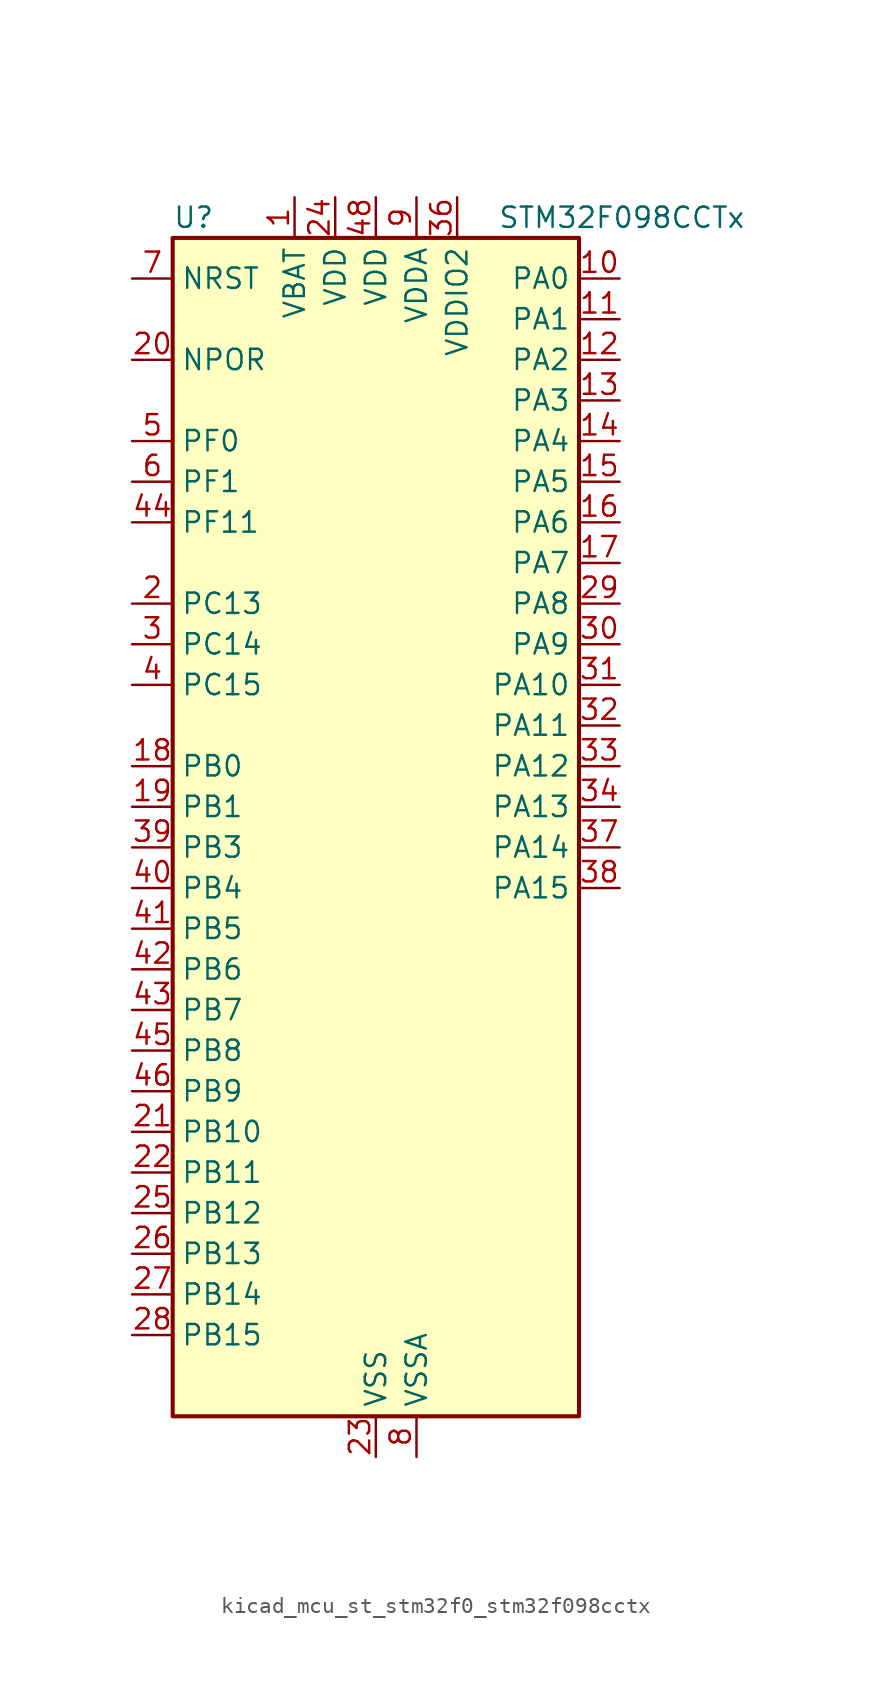
<source format=kicad_sym>
(kicad_symbol_lib
  (version 20220914)
  (generator kicad_symbol_editor)
  (symbol "kicad_mcu_st_stm32f0_stm32f098cctx"
    (property "Reference" "U"
      (at -12.7 39.37 0)
      (effects (font (size 1.27 1.27)) (justify left)))
    (property "Value" "STM32F098CCTx"
      (at 7.62 39.37 0)
      (effects (font (size 1.27 1.27)) (justify left)))
    (property "ki_locked" ""
      (at 0 0 0)
      (effects (font (size 1.27 1.27))))
    (symbol "kicad_mcu_st_stm32f0_stm32f098cctx_0_1"
      (rectangle (start -12.7 -35.56) (end 12.7 38.1) (stroke (width 0.254) (type default)) (fill (type background))))
    (symbol "kicad_mcu_st_stm32f0_stm32f098cctx_1_1"
      (pin power_in line (at -5.08 40.64 270) (length 2.54) (name "VBAT" (effects (font (size 1.27 1.27)))) (number "1" (effects (font (size 1.27 1.27)))))
      (pin bidirectional line (at 15.24 35.56 180) (length 2.54) (name "PA0" (effects (font (size 1.27 1.27)))) (number "10" (effects (font (size 1.27 1.27)))) (alternate "ADC_IN0" bidirectional line) (alternate "COMP1_INM" bidirectional line) (alternate "COMP1_OUT" bidirectional line) (alternate "RTC_TAMP2" bidirectional line) (alternate "SYS_WKUP1" bidirectional line) (alternate "TIM2_CH1" bidirectional line) (alternate "TIM2_ETR" bidirectional line) (alternate "TSC_G1_IO1" bidirectional line) (alternate "USART2_CTS" bidirectional line) (alternate "USART4_TX" bidirectional line))
      (pin bidirectional line (at 15.24 33.02 180) (length 2.54) (name "PA1" (effects (font (size 1.27 1.27)))) (number "11" (effects (font (size 1.27 1.27)))) (alternate "ADC_IN1" bidirectional line) (alternate "COMP1_INP" bidirectional line) (alternate "TIM15_CH1N" bidirectional line) (alternate "TIM2_CH2" bidirectional line) (alternate "TSC_G1_IO2" bidirectional line) (alternate "USART2_DE" bidirectional line) (alternate "USART2_RTS" bidirectional line) (alternate "USART4_RX" bidirectional line))
      (pin bidirectional line (at 15.24 30.48 180) (length 2.54) (name "PA2" (effects (font (size 1.27 1.27)))) (number "12" (effects (font (size 1.27 1.27)))) (alternate "ADC_IN2" bidirectional line) (alternate "COMP2_INM" bidirectional line) (alternate "COMP2_OUT" bidirectional line) (alternate "SYS_WKUP4" bidirectional line) (alternate "TIM15_CH1" bidirectional line) (alternate "TIM2_CH3" bidirectional line) (alternate "TSC_G1_IO3" bidirectional line) (alternate "USART2_TX" bidirectional line))
      (pin bidirectional line (at 15.24 27.94 180) (length 2.54) (name "PA3" (effects (font (size 1.27 1.27)))) (number "13" (effects (font (size 1.27 1.27)))) (alternate "ADC_IN3" bidirectional line) (alternate "COMP2_INP" bidirectional line) (alternate "TIM15_CH2" bidirectional line) (alternate "TIM2_CH4" bidirectional line) (alternate "TSC_G1_IO4" bidirectional line) (alternate "USART2_RX" bidirectional line))
      (pin bidirectional line (at 15.24 25.4 180) (length 2.54) (name "PA4" (effects (font (size 1.27 1.27)))) (number "14" (effects (font (size 1.27 1.27)))) (alternate "ADC_IN4" bidirectional line) (alternate "COMP1_INM" bidirectional line) (alternate "COMP2_INM" bidirectional line) (alternate "DAC_OUT1" bidirectional line) (alternate "I2S1_WS" bidirectional line) (alternate "SPI1_NSS" bidirectional line) (alternate "TIM14_CH1" bidirectional line) (alternate "TSC_G2_IO1" bidirectional line) (alternate "USART2_CK" bidirectional line) (alternate "USART6_TX" bidirectional line))
      (pin bidirectional line (at 15.24 22.86 180) (length 2.54) (name "PA5" (effects (font (size 1.27 1.27)))) (number "15" (effects (font (size 1.27 1.27)))) (alternate "ADC_IN5" bidirectional line) (alternate "CEC" bidirectional line) (alternate "COMP1_INM" bidirectional line) (alternate "COMP2_INM" bidirectional line) (alternate "DAC_OUT2" bidirectional line) (alternate "I2S1_CK" bidirectional line) (alternate "SPI1_SCK" bidirectional line) (alternate "TIM2_CH1" bidirectional line) (alternate "TIM2_ETR" bidirectional line) (alternate "TSC_G2_IO2" bidirectional line) (alternate "USART6_RX" bidirectional line))
      (pin bidirectional line (at 15.24 20.32 180) (length 2.54) (name "PA6" (effects (font (size 1.27 1.27)))) (number "16" (effects (font (size 1.27 1.27)))) (alternate "ADC_IN6" bidirectional line) (alternate "COMP1_OUT" bidirectional line) (alternate "I2S1_MCK" bidirectional line) (alternate "SPI1_MISO" bidirectional line) (alternate "TIM16_CH1" bidirectional line) (alternate "TIM1_BKIN" bidirectional line) (alternate "TIM3_CH1" bidirectional line) (alternate "TSC_G2_IO3" bidirectional line) (alternate "USART3_CTS" bidirectional line))
      (pin bidirectional line (at 15.24 17.78 180) (length 2.54) (name "PA7" (effects (font (size 1.27 1.27)))) (number "17" (effects (font (size 1.27 1.27)))) (alternate "ADC_IN7" bidirectional line) (alternate "COMP2_OUT" bidirectional line) (alternate "I2S1_SD" bidirectional line) (alternate "SPI1_MOSI" bidirectional line) (alternate "TIM14_CH1" bidirectional line) (alternate "TIM17_CH1" bidirectional line) (alternate "TIM1_CH1N" bidirectional line) (alternate "TIM3_CH2" bidirectional line) (alternate "TSC_G2_IO4" bidirectional line))
      (pin bidirectional line (at -15.24 5.08 0) (length 2.54) (name "PB0" (effects (font (size 1.27 1.27)))) (number "18" (effects (font (size 1.27 1.27)))) (alternate "ADC_IN8" bidirectional line) (alternate "TIM1_CH2N" bidirectional line) (alternate "TIM3_CH3" bidirectional line) (alternate "TSC_G3_IO2" bidirectional line) (alternate "USART3_CK" bidirectional line))
      (pin bidirectional line (at -15.24 2.54 0) (length 2.54) (name "PB1" (effects (font (size 1.27 1.27)))) (number "19" (effects (font (size 1.27 1.27)))) (alternate "ADC_IN9" bidirectional line) (alternate "TIM14_CH1" bidirectional line) (alternate "TIM1_CH3N" bidirectional line) (alternate "TIM3_CH4" bidirectional line) (alternate "TSC_G3_IO3" bidirectional line) (alternate "USART3_DE" bidirectional line) (alternate "USART3_RTS" bidirectional line))
      (pin bidirectional line (at -15.24 15.24 0) (length 2.54) (name "PC13" (effects (font (size 1.27 1.27)))) (number "2" (effects (font (size 1.27 1.27)))) (alternate "RTC_OUT_ALARM" bidirectional line) (alternate "RTC_OUT_CALIB" bidirectional line) (alternate "RTC_TAMP1" bidirectional line) (alternate "RTC_TS" bidirectional line) (alternate "SYS_WKUP2" bidirectional line))
      (pin input line (at -15.24 30.48 0) (length 2.54) (name "NPOR" (effects (font (size 1.27 1.27)))) (number "20" (effects (font (size 1.27 1.27)))))
      (pin bidirectional line (at -15.24 -17.78 0) (length 2.54) (name "PB10" (effects (font (size 1.27 1.27)))) (number "21" (effects (font (size 1.27 1.27)))) (alternate "CEC" bidirectional line) (alternate "I2C2_SCL" bidirectional line) (alternate "I2S2_CK" bidirectional line) (alternate "SPI2_SCK" bidirectional line) (alternate "TIM2_CH3" bidirectional line) (alternate "TSC_SYNC" bidirectional line) (alternate "USART3_TX" bidirectional line))
      (pin bidirectional line (at -15.24 -20.32 0) (length 2.54) (name "PB11" (effects (font (size 1.27 1.27)))) (number "22" (effects (font (size 1.27 1.27)))) (alternate "I2C2_SDA" bidirectional line) (alternate "TIM2_CH4" bidirectional line) (alternate "TSC_G6_IO1" bidirectional line) (alternate "USART3_RX" bidirectional line))
      (pin power_in line (at 0 -38.1 90) (length 2.54) (name "VSS" (effects (font (size 1.27 1.27)))) (number "23" (effects (font (size 1.27 1.27)))))
      (pin power_in line (at -2.54 40.64 270) (length 2.54) (name "VDD" (effects (font (size 1.27 1.27)))) (number "24" (effects (font (size 1.27 1.27)))))
      (pin bidirectional line (at -15.24 -22.86 0) (length 2.54) (name "PB12" (effects (font (size 1.27 1.27)))) (number "25" (effects (font (size 1.27 1.27)))) (alternate "I2S2_WS" bidirectional line) (alternate "SPI2_NSS" bidirectional line) (alternate "TIM15_BKIN" bidirectional line) (alternate "TIM1_BKIN" bidirectional line) (alternate "TSC_G6_IO2" bidirectional line) (alternate "USART3_CK" bidirectional line))
      (pin bidirectional line (at -15.24 -25.4 0) (length 2.54) (name "PB13" (effects (font (size 1.27 1.27)))) (number "26" (effects (font (size 1.27 1.27)))) (alternate "I2C2_SCL" bidirectional line) (alternate "I2S2_CK" bidirectional line) (alternate "SPI2_SCK" bidirectional line) (alternate "TIM1_CH1N" bidirectional line) (alternate "TSC_G6_IO3" bidirectional line) (alternate "USART3_CTS" bidirectional line))
      (pin bidirectional line (at -15.24 -27.94 0) (length 2.54) (name "PB14" (effects (font (size 1.27 1.27)))) (number "27" (effects (font (size 1.27 1.27)))) (alternate "I2C2_SDA" bidirectional line) (alternate "I2S2_MCK" bidirectional line) (alternate "SPI2_MISO" bidirectional line) (alternate "TIM15_CH1" bidirectional line) (alternate "TIM1_CH2N" bidirectional line) (alternate "TSC_G6_IO4" bidirectional line) (alternate "USART3_DE" bidirectional line) (alternate "USART3_RTS" bidirectional line))
      (pin bidirectional line (at -15.24 -30.48 0) (length 2.54) (name "PB15" (effects (font (size 1.27 1.27)))) (number "28" (effects (font (size 1.27 1.27)))) (alternate "I2S2_SD" bidirectional line) (alternate "RTC_REFIN" bidirectional line) (alternate "SPI2_MOSI" bidirectional line) (alternate "SYS_WKUP7" bidirectional line) (alternate "TIM15_CH1N" bidirectional line) (alternate "TIM15_CH2" bidirectional line) (alternate "TIM1_CH3N" bidirectional line))
      (pin bidirectional line (at 15.24 15.24 180) (length 2.54) (name "PA8" (effects (font (size 1.27 1.27)))) (number "29" (effects (font (size 1.27 1.27)))) (alternate "CRS_SYNC" bidirectional line) (alternate "RCC_MCO" bidirectional line) (alternate "TIM1_CH1" bidirectional line) (alternate "USART1_CK" bidirectional line))
      (pin bidirectional line (at -15.24 12.7 0) (length 2.54) (name "PC14" (effects (font (size 1.27 1.27)))) (number "3" (effects (font (size 1.27 1.27)))) (alternate "RCC_OSC32_IN" bidirectional line))
      (pin bidirectional line (at 15.24 12.7 180) (length 2.54) (name "PA9" (effects (font (size 1.27 1.27)))) (number "30" (effects (font (size 1.27 1.27)))) (alternate "DAC_EXTI9" bidirectional line) (alternate "I2C1_SCL" bidirectional line) (alternate "RCC_MCO" bidirectional line) (alternate "TIM15_BKIN" bidirectional line) (alternate "TIM1_CH2" bidirectional line) (alternate "TSC_G4_IO1" bidirectional line) (alternate "USART1_TX" bidirectional line))
      (pin bidirectional line (at 15.24 10.16 180) (length 2.54) (name "PA10" (effects (font (size 1.27 1.27)))) (number "31" (effects (font (size 1.27 1.27)))) (alternate "I2C1_SDA" bidirectional line) (alternate "TIM17_BKIN" bidirectional line) (alternate "TIM1_CH3" bidirectional line) (alternate "TSC_G4_IO2" bidirectional line) (alternate "USART1_RX" bidirectional line))
      (pin bidirectional line (at 15.24 7.62 180) (length 2.54) (name "PA11" (effects (font (size 1.27 1.27)))) (number "32" (effects (font (size 1.27 1.27)))) (alternate "CAN_RX" bidirectional line) (alternate "COMP1_OUT" bidirectional line) (alternate "I2C2_SCL" bidirectional line) (alternate "TIM1_CH4" bidirectional line) (alternate "TSC_G4_IO3" bidirectional line) (alternate "USART1_CTS" bidirectional line))
      (pin bidirectional line (at 15.24 5.08 180) (length 2.54) (name "PA12" (effects (font (size 1.27 1.27)))) (number "33" (effects (font (size 1.27 1.27)))) (alternate "CAN_TX" bidirectional line) (alternate "COMP2_OUT" bidirectional line) (alternate "I2C2_SDA" bidirectional line) (alternate "TIM1_ETR" bidirectional line) (alternate "TSC_G4_IO4" bidirectional line) (alternate "USART1_DE" bidirectional line) (alternate "USART1_RTS" bidirectional line))
      (pin bidirectional line (at 15.24 2.54 180) (length 2.54) (name "PA13" (effects (font (size 1.27 1.27)))) (number "34" (effects (font (size 1.27 1.27)))) (alternate "IR_OUT" bidirectional line) (alternate "SYS_SWDIO" bidirectional line))
      (pin passive line (at 0 -38.1 90) (length 2.54) hide (name "VSS" (effects (font (size 1.27 1.27)))) (number "35" (effects (font (size 1.27 1.27)))))
      (pin power_in line (at 5.08 40.64 270) (length 2.54) (name "VDDIO2" (effects (font (size 1.27 1.27)))) (number "36" (effects (font (size 1.27 1.27)))))
      (pin bidirectional line (at 15.24 0 180) (length 2.54) (name "PA14" (effects (font (size 1.27 1.27)))) (number "37" (effects (font (size 1.27 1.27)))) (alternate "SYS_SWCLK" bidirectional line) (alternate "USART2_TX" bidirectional line))
      (pin bidirectional line (at 15.24 -2.54 180) (length 2.54) (name "PA15" (effects (font (size 1.27 1.27)))) (number "38" (effects (font (size 1.27 1.27)))) (alternate "I2S1_WS" bidirectional line) (alternate "SPI1_NSS" bidirectional line) (alternate "TIM2_CH1" bidirectional line) (alternate "TIM2_ETR" bidirectional line) (alternate "USART2_RX" bidirectional line) (alternate "USART4_DE" bidirectional line) (alternate "USART4_RTS" bidirectional line))
      (pin bidirectional line (at -15.24 0 0) (length 2.54) (name "PB3" (effects (font (size 1.27 1.27)))) (number "39" (effects (font (size 1.27 1.27)))) (alternate "I2S1_CK" bidirectional line) (alternate "SPI1_SCK" bidirectional line) (alternate "TIM2_CH2" bidirectional line) (alternate "TSC_G5_IO1" bidirectional line) (alternate "USART5_TX" bidirectional line))
      (pin bidirectional line (at -15.24 10.16 0) (length 2.54) (name "PC15" (effects (font (size 1.27 1.27)))) (number "4" (effects (font (size 1.27 1.27)))) (alternate "RCC_OSC32_OUT" bidirectional line))
      (pin bidirectional line (at -15.24 -2.54 0) (length 2.54) (name "PB4" (effects (font (size 1.27 1.27)))) (number "40" (effects (font (size 1.27 1.27)))) (alternate "I2S1_MCK" bidirectional line) (alternate "SPI1_MISO" bidirectional line) (alternate "TIM17_BKIN" bidirectional line) (alternate "TIM3_CH1" bidirectional line) (alternate "TSC_G5_IO2" bidirectional line) (alternate "USART5_RX" bidirectional line))
      (pin bidirectional line (at -15.24 -5.08 0) (length 2.54) (name "PB5" (effects (font (size 1.27 1.27)))) (number "41" (effects (font (size 1.27 1.27)))) (alternate "I2C1_SMBA" bidirectional line) (alternate "I2S1_SD" bidirectional line) (alternate "SPI1_MOSI" bidirectional line) (alternate "SYS_WKUP6" bidirectional line) (alternate "TIM16_BKIN" bidirectional line) (alternate "TIM3_CH2" bidirectional line) (alternate "USART5_CK" bidirectional line) (alternate "USART5_DE" bidirectional line) (alternate "USART5_RTS" bidirectional line))
      (pin bidirectional line (at -15.24 -7.62 0) (length 2.54) (name "PB6" (effects (font (size 1.27 1.27)))) (number "42" (effects (font (size 1.27 1.27)))) (alternate "I2C1_SCL" bidirectional line) (alternate "TIM16_CH1N" bidirectional line) (alternate "TSC_G5_IO3" bidirectional line) (alternate "USART1_TX" bidirectional line))
      (pin bidirectional line (at -15.24 -10.16 0) (length 2.54) (name "PB7" (effects (font (size 1.27 1.27)))) (number "43" (effects (font (size 1.27 1.27)))) (alternate "I2C1_SDA" bidirectional line) (alternate "TIM17_CH1N" bidirectional line) (alternate "TSC_G5_IO4" bidirectional line) (alternate "USART1_RX" bidirectional line) (alternate "USART4_CTS" bidirectional line))
      (pin bidirectional line (at -15.24 20.32 0) (length 2.54) (name "PF11" (effects (font (size 1.27 1.27)))) (number "44" (effects (font (size 1.27 1.27)))))
      (pin bidirectional line (at -15.24 -12.7 0) (length 2.54) (name "PB8" (effects (font (size 1.27 1.27)))) (number "45" (effects (font (size 1.27 1.27)))) (alternate "CAN_RX" bidirectional line) (alternate "CEC" bidirectional line) (alternate "I2C1_SCL" bidirectional line) (alternate "TIM16_CH1" bidirectional line) (alternate "TSC_SYNC" bidirectional line))
      (pin bidirectional line (at -15.24 -15.24 0) (length 2.54) (name "PB9" (effects (font (size 1.27 1.27)))) (number "46" (effects (font (size 1.27 1.27)))) (alternate "CAN_TX" bidirectional line) (alternate "DAC_EXTI9" bidirectional line) (alternate "I2C1_SDA" bidirectional line) (alternate "I2S2_WS" bidirectional line) (alternate "IR_OUT" bidirectional line) (alternate "SPI2_NSS" bidirectional line) (alternate "TIM17_CH1" bidirectional line))
      (pin passive line (at 0 -38.1 90) (length 2.54) hide (name "VSS" (effects (font (size 1.27 1.27)))) (number "47" (effects (font (size 1.27 1.27)))))
      (pin power_in line (at 0 40.64 270) (length 2.54) (name "VDD" (effects (font (size 1.27 1.27)))) (number "48" (effects (font (size 1.27 1.27)))))
      (pin bidirectional line (at -15.24 25.4 0) (length 2.54) (name "PF0" (effects (font (size 1.27 1.27)))) (number "5" (effects (font (size 1.27 1.27)))) (alternate "CRS_SYNC" bidirectional line) (alternate "I2C1_SDA" bidirectional line) (alternate "RCC_OSC_IN" bidirectional line))
      (pin bidirectional line (at -15.24 22.86 0) (length 2.54) (name "PF1" (effects (font (size 1.27 1.27)))) (number "6" (effects (font (size 1.27 1.27)))) (alternate "I2C1_SCL" bidirectional line) (alternate "RCC_OSC_OUT" bidirectional line))
      (pin input line (at -15.24 35.56 0) (length 2.54) (name "NRST" (effects (font (size 1.27 1.27)))) (number "7" (effects (font (size 1.27 1.27)))))
      (pin power_in line (at 2.54 -38.1 90) (length 2.54) (name "VSSA" (effects (font (size 1.27 1.27)))) (number "8" (effects (font (size 1.27 1.27)))))
      (pin power_in line (at 2.54 40.64 270) (length 2.54) (name "VDDA" (effects (font (size 1.27 1.27)))) (number "9" (effects (font (size 1.27 1.27))))))))
</source>
